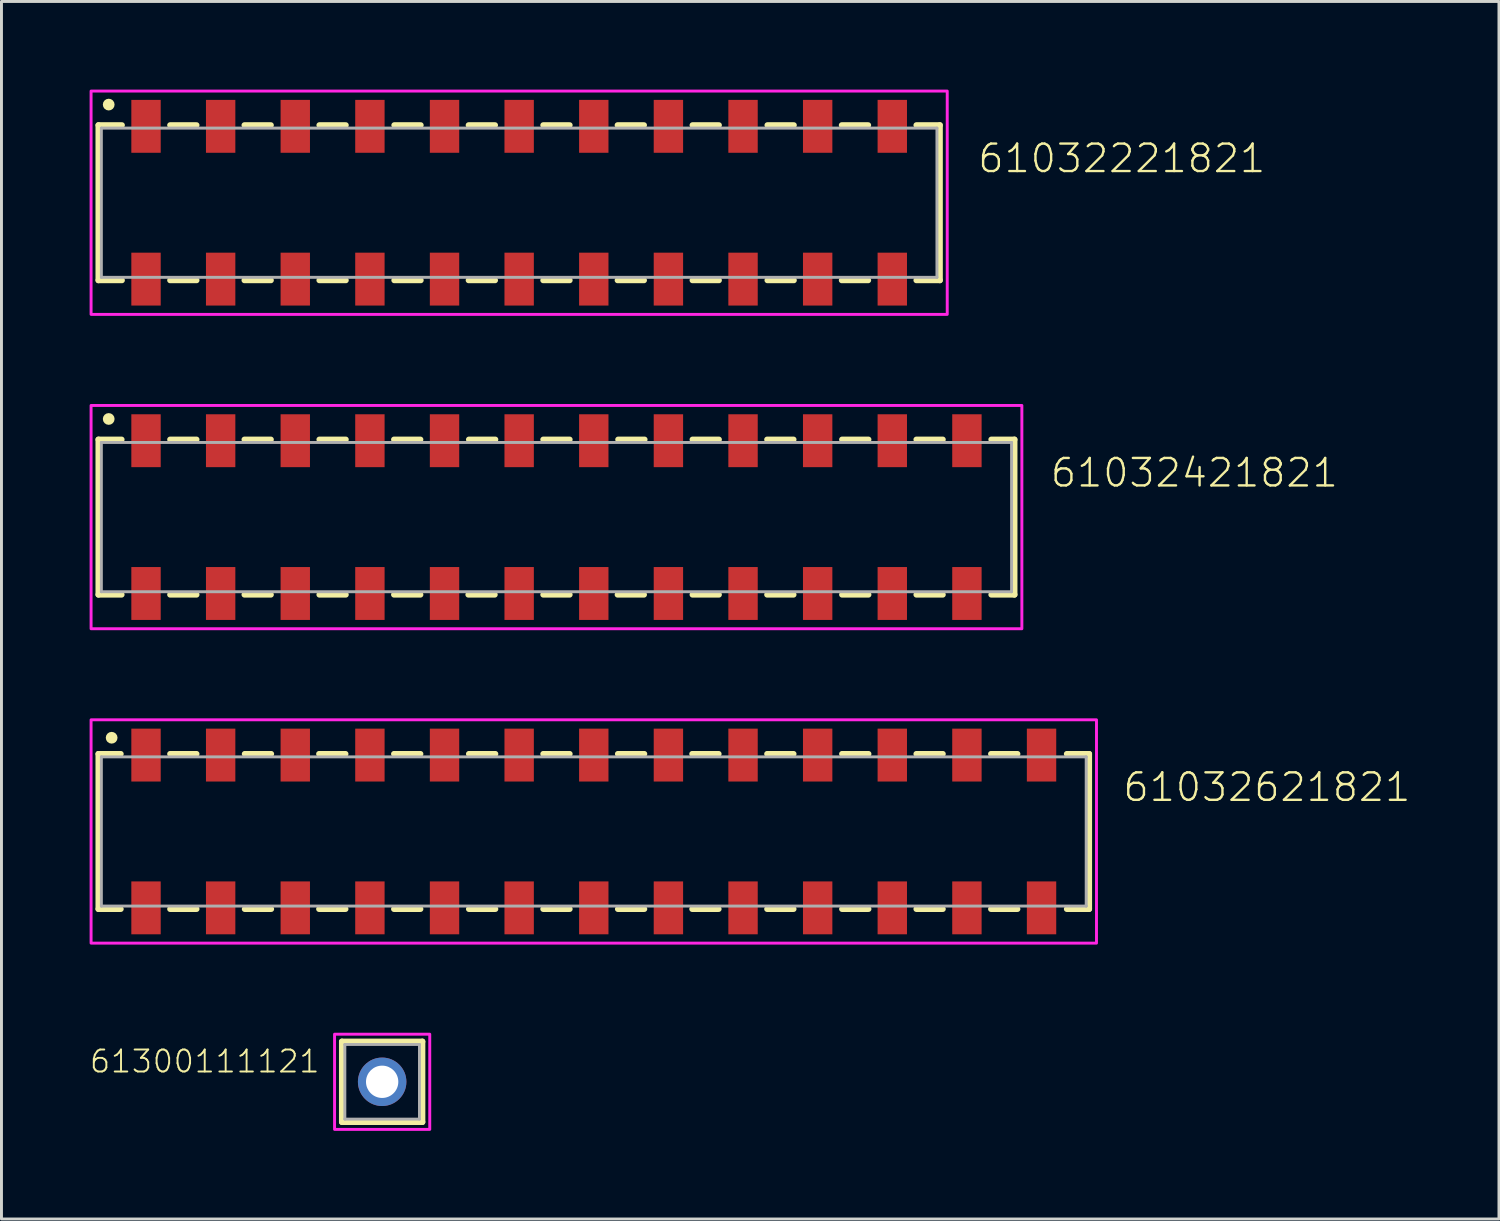
<source format=kicad_pcb>
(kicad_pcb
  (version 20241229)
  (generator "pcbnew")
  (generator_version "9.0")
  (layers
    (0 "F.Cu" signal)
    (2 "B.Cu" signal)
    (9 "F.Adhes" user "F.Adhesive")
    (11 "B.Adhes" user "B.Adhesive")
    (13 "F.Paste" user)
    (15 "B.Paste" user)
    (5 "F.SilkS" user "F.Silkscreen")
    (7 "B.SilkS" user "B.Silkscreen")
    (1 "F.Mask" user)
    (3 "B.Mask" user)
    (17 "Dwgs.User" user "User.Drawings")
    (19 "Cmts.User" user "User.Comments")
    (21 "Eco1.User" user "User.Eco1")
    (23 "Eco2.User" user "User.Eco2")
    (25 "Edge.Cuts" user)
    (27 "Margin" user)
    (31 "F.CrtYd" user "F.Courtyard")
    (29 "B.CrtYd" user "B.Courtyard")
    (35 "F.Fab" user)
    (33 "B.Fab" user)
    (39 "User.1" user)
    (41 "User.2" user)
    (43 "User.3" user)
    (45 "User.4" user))
  (footprint "61032221821"
    (layer "F.Cu")
    (at 14.62 3.85)
    (property "Reference" "61032221821" (at 15.56 -0.96 0) (unlocked yes) (layer "F.SilkS") (effects (font (size 0.935 0.935) (thickness 0.081)) (justify left bottom)))
    (fp_line (start -14.32 -2.64) (end -14.32 2.64) (stroke (width 0.2) (type solid)) (layer "F.SilkS"))
    (fp_line (start -13.52 -2.64) (end -14.32 -2.64) (stroke (width 0.2) (type solid)) (layer "F.SilkS"))
    (fp_line (start -13.52 2.64) (end -14.32 2.64) (stroke (width 0.2) (type solid)) (layer "F.SilkS"))
    (fp_line (start -11.88 -2.64) (end -10.98 -2.64) (stroke (width 0.2) (type solid)) (layer "F.SilkS"))
    (fp_line (start -11.88 2.64) (end -10.98 2.64) (stroke (width 0.2) (type solid)) (layer "F.SilkS"))
    (fp_line (start -9.35 -2.64) (end -8.45 -2.64) (stroke (width 0.2) (type solid)) (layer "F.SilkS"))
    (fp_line (start -9.35 2.64) (end -8.45 2.64) (stroke (width 0.2) (type solid)) (layer "F.SilkS"))
    (fp_line (start -6.8 -2.64) (end -5.9 -2.64) (stroke (width 0.2) (type solid)) (layer "F.SilkS"))
    (fp_line (start -5.9 2.64) (end -6.8 2.64) (stroke (width 0.2) (type solid)) (layer "F.SilkS"))
    (fp_line (start -4.25 -2.64) (end -3.35 -2.64) (stroke (width 0.2) (type solid)) (layer "F.SilkS"))
    (fp_line (start -4.25 2.64) (end -3.35 2.64) (stroke (width 0.2) (type solid)) (layer "F.SilkS"))
    (fp_line (start -1.72 -2.64) (end -0.82 -2.64) (stroke (width 0.2) (type solid)) (layer "F.SilkS"))
    (fp_line (start -1.72 2.64) (end -0.82 2.64) (stroke (width 0.2) (type solid)) (layer "F.SilkS"))
    (fp_line (start 1.72 -2.64) (end 0.82 -2.64) (stroke (width 0.2) (type solid)) (layer "F.SilkS"))
    (fp_line (start 1.72 2.64) (end 0.82 2.64) (stroke (width 0.2) (type solid)) (layer "F.SilkS"))
    (fp_line (start 4.25 -2.64) (end 3.35 -2.64) (stroke (width 0.2) (type solid)) (layer "F.SilkS"))
    (fp_line (start 4.25 2.64) (end 3.35 2.64) (stroke (width 0.2) (type solid)) (layer "F.SilkS"))
    (fp_line (start 5.9 -2.64) (end 6.8 -2.64) (stroke (width 0.2) (type solid)) (layer "F.SilkS"))
    (fp_line (start 6.8 2.64) (end 5.9 2.64) (stroke (width 0.2) (type solid)) (layer "F.SilkS"))
    (fp_line (start 9.35 -2.64) (end 8.45 -2.64) (stroke (width 0.2) (type solid)) (layer "F.SilkS"))
    (fp_line (start 9.35 2.64) (end 8.45 2.64) (stroke (width 0.2) (type solid)) (layer "F.SilkS"))
    (fp_line (start 11.88 -2.64) (end 10.98 -2.64) (stroke (width 0.2) (type solid)) (layer "F.SilkS"))
    (fp_line (start 11.88 2.64) (end 10.98 2.64) (stroke (width 0.2) (type solid)) (layer "F.SilkS"))
    (fp_line (start 13.52 -2.64) (end 14.32 -2.64) (stroke (width 0.2) (type solid)) (layer "F.SilkS"))
    (fp_line (start 13.52 2.64) (end 14.32 2.64) (stroke (width 0.2) (type solid)) (layer "F.SilkS"))
    (fp_line (start 14.32 2.64) (end 14.32 -2.64) (stroke (width 0.2) (type solid)) (layer "F.SilkS"))
    (fp_circle (center -13.97 -3.34) (end -13.87 -3.34) (stroke (width 0.2) (type solid)) (fill no) (layer "F.SilkS"))
    (fp_poly (pts (xy 14.57 3.8) (xy -14.57 3.8) (xy -14.57 -3.8) (xy 14.57 -3.8)) (stroke (width 0.1) (type default)) (fill no) (layer "F.CrtYd"))
    (fp_line (start -14.22 -2.54) (end -14.22 2.54) (stroke (width 0.1) (type solid)) (layer "F.Fab"))
    (fp_line (start -14.22 2.54) (end 14.22 2.54) (stroke (width 0.1) (type solid)) (layer "F.Fab"))
    (fp_line (start 14.22 -2.54) (end -14.22 -2.54) (stroke (width 0.1) (type solid)) (layer "F.Fab"))
    (fp_line (start 14.22 2.54) (end 14.22 -2.54) (stroke (width 0.1) (type solid)) (layer "F.Fab"))
    (pad "1" smd rect (at -12.7 -2.6) (size 1 1.8) (layers "F.Cu" "F.Mask" "F.Paste"))
    (pad "2" smd rect (at -12.7 2.6) (size 1 1.8) (layers "F.Cu" "F.Mask" "F.Paste"))
    (pad "3" smd rect (at -10.16 -2.6) (size 1 1.8) (layers "F.Cu" "F.Mask" "F.Paste"))
    (pad "4" smd rect (at -10.16 2.6) (size 1 1.8) (layers "F.Cu" "F.Mask" "F.Paste"))
    (pad "5" smd rect (at -7.62 -2.6) (size 1 1.8) (layers "F.Cu" "F.Mask" "F.Paste"))
    (pad "6" smd rect (at -7.62 2.6) (size 1 1.8) (layers "F.Cu" "F.Mask" "F.Paste"))
    (pad "7" smd rect (at -5.08 -2.6) (size 1 1.8) (layers "F.Cu" "F.Mask" "F.Paste"))
    (pad "8" smd rect (at -5.08 2.6) (size 1 1.8) (layers "F.Cu" "F.Mask" "F.Paste"))
    (pad "9" smd rect (at -2.54 -2.6) (size 1 1.8) (layers "F.Cu" "F.Mask" "F.Paste"))
    (pad "10" smd rect (at -2.54 2.6) (size 1 1.8) (layers "F.Cu" "F.Mask" "F.Paste"))
    (pad "11" smd rect (at 0 -2.6) (size 1 1.8) (layers "F.Cu" "F.Mask" "F.Paste"))
    (pad "12" smd rect (at 0 2.6) (size 1 1.8) (layers "F.Cu" "F.Mask" "F.Paste"))
    (pad "13" smd rect (at 2.54 -2.6) (size 1 1.8) (layers "F.Cu" "F.Mask" "F.Paste"))
    (pad "14" smd rect (at 2.54 2.6) (size 1 1.8) (layers "F.Cu" "F.Mask" "F.Paste"))
    (pad "15" smd rect (at 5.08 -2.6) (size 1 1.8) (layers "F.Cu" "F.Mask" "F.Paste"))
    (pad "16" smd rect (at 5.08 2.6) (size 1 1.8) (layers "F.Cu" "F.Mask" "F.Paste"))
    (pad "17" smd rect (at 7.62 -2.6) (size 1 1.8) (layers "F.Cu" "F.Mask" "F.Paste"))
    (pad "18" smd rect (at 7.62 2.6) (size 1 1.8) (layers "F.Cu" "F.Mask" "F.Paste"))
    (pad "19" smd rect (at 10.16 -2.6) (size 1 1.8) (layers "F.Cu" "F.Mask" "F.Paste"))
    (pad "20" smd rect (at 10.16 2.6) (size 1 1.8) (layers "F.Cu" "F.Mask" "F.Paste"))
    (pad "21" smd rect (at 12.7 -2.6) (size 1 1.8) (layers "F.Cu" "F.Mask" "F.Paste"))
    (pad "22" smd rect (at 12.7 2.6) (size 1 1.8) (layers "F.Cu" "F.Mask" "F.Paste")))
  (footprint "61300111121"
    (layer "F.Cu")
    (at 9.957 33.77)
    (property "Reference" "61300111121" (at -2.078 -0.256 0) (unlocked yes) (layer "F.SilkS") (effects (font (size 0.748 0.748) (thickness 0.065)) (justify right bottom)))
    (fp_line (start -1.37 -1.37) (end 1.37 -1.37) (stroke (width 0.2) (type solid)) (layer "F.SilkS"))
    (fp_line (start -1.37 1.37) (end -1.37 -1.37) (stroke (width 0.2) (type solid)) (layer "F.SilkS"))
    (fp_line (start 1.37 -1.37) (end 1.37 1.37) (stroke (width 0.2) (type solid)) (layer "F.SilkS"))
    (fp_line (start 1.37 1.37) (end -1.37 1.37) (stroke (width 0.2) (type solid)) (layer "F.SilkS"))
    (fp_poly (pts (xy 1.62 1.62) (xy -1.62 1.62) (xy -1.62 -1.62) (xy 1.62 -1.62)) (stroke (width 0.1) (type default)) (fill no) (layer "F.CrtYd"))
    (fp_line (start -1.27 -1.27) (end -1.27 1.27) (stroke (width 0.1) (type solid)) (layer "F.Fab"))
    (fp_line (start -1.27 1.27) (end 1.27 1.27) (stroke (width 0.1) (type solid)) (layer "F.Fab"))
    (fp_line (start 1.27 -1.27) (end -1.27 -1.27) (stroke (width 0.1) (type solid)) (layer "F.Fab"))
    (fp_line (start 1.27 1.27) (end 1.27 -1.27) (stroke (width 0.1) (type solid)) (layer "F.Fab"))
    (pad "1" thru_hole circle (at 0 0) (size 1.65 1.65) (drill 1.1) (layers "*.Cu" "*.Mask")))
  (footprint "61032621821"
    (layer "F.Cu")
    (at 17.16 25.25)
    (property "Reference" "61032621821" (at 17.96 -0.96 0) (unlocked yes) (layer "F.SilkS") (effects (font (size 0.935 0.935) (thickness 0.081)) (justify left bottom)))
    (fp_line (start -16.86 -2.64) (end -16.86 2.64) (stroke (width 0.2) (type solid)) (layer "F.SilkS"))
    (fp_line (start -16.1 -2.64) (end -16.86 -2.64) (stroke (width 0.2) (type solid)) (layer "F.SilkS"))
    (fp_line (start -16.1 2.64) (end -16.86 2.64) (stroke (width 0.2) (type solid)) (layer "F.SilkS"))
    (fp_line (start -14.42 -2.64) (end -13.52 -2.64) (stroke (width 0.2) (type solid)) (layer "F.SilkS"))
    (fp_line (start -14.42 2.64) (end -13.52 2.64) (stroke (width 0.2) (type solid)) (layer "F.SilkS"))
    (fp_line (start -11.88 -2.64) (end -10.98 -2.64) (stroke (width 0.2) (type solid)) (layer "F.SilkS"))
    (fp_line (start -11.88 2.64) (end -10.98 2.64) (stroke (width 0.2) (type solid)) (layer "F.SilkS"))
    (fp_line (start -9.35 -2.64) (end -8.45 -2.64) (stroke (width 0.2) (type solid)) (layer "F.SilkS"))
    (fp_line (start -9.35 2.64) (end -8.45 2.64) (stroke (width 0.2) (type solid)) (layer "F.SilkS"))
    (fp_line (start -6.8 -2.64) (end -5.9 -2.64) (stroke (width 0.2) (type solid)) (layer "F.SilkS"))
    (fp_line (start -5.9 2.64) (end -6.8 2.64) (stroke (width 0.2) (type solid)) (layer "F.SilkS"))
    (fp_line (start -4.25 -2.64) (end -3.35 -2.64) (stroke (width 0.2) (type solid)) (layer "F.SilkS"))
    (fp_line (start -4.25 2.64) (end -3.35 2.64) (stroke (width 0.2) (type solid)) (layer "F.SilkS"))
    (fp_line (start -1.72 -2.64) (end -0.82 -2.64) (stroke (width 0.2) (type solid)) (layer "F.SilkS"))
    (fp_line (start -1.72 2.64) (end -0.82 2.64) (stroke (width 0.2) (type solid)) (layer "F.SilkS"))
    (fp_line (start 1.72 -2.64) (end 0.82 -2.64) (stroke (width 0.2) (type solid)) (layer "F.SilkS"))
    (fp_line (start 1.72 2.64) (end 0.82 2.64) (stroke (width 0.2) (type solid)) (layer "F.SilkS"))
    (fp_line (start 4.25 -2.64) (end 3.35 -2.64) (stroke (width 0.2) (type solid)) (layer "F.SilkS"))
    (fp_line (start 4.25 2.64) (end 3.35 2.64) (stroke (width 0.2) (type solid)) (layer "F.SilkS"))
    (fp_line (start 5.9 -2.64) (end 6.8 -2.64) (stroke (width 0.2) (type solid)) (layer "F.SilkS"))
    (fp_line (start 6.8 2.64) (end 5.9 2.64) (stroke (width 0.2) (type solid)) (layer "F.SilkS"))
    (fp_line (start 9.35 -2.64) (end 8.45 -2.64) (stroke (width 0.2) (type solid)) (layer "F.SilkS"))
    (fp_line (start 9.35 2.64) (end 8.45 2.64) (stroke (width 0.2) (type solid)) (layer "F.SilkS"))
    (fp_line (start 11.88 -2.64) (end 10.98 -2.64) (stroke (width 0.2) (type solid)) (layer "F.SilkS"))
    (fp_line (start 11.88 2.64) (end 10.98 2.64) (stroke (width 0.2) (type solid)) (layer "F.SilkS"))
    (fp_line (start 14.42 -2.64) (end 13.52 -2.64) (stroke (width 0.2) (type solid)) (layer "F.SilkS"))
    (fp_line (start 14.42 2.64) (end 13.52 2.64) (stroke (width 0.2) (type solid)) (layer "F.SilkS"))
    (fp_line (start 16.1 -2.64) (end 16.86 -2.64) (stroke (width 0.2) (type solid)) (layer "F.SilkS"))
    (fp_line (start 16.1 2.64) (end 16.86 2.64) (stroke (width 0.2) (type solid)) (layer "F.SilkS"))
    (fp_line (start 16.86 2.64) (end 16.86 -2.64) (stroke (width 0.2) (type solid)) (layer "F.SilkS"))
    (fp_circle (center -16.41 -3.19) (end -16.31 -3.19) (stroke (width 0.2) (type solid)) (fill no) (layer "F.SilkS"))
    (fp_poly (pts (xy 17.11 3.8) (xy -17.11 3.8) (xy -17.11 -3.8) (xy 17.11 -3.8)) (stroke (width 0.1) (type default)) (fill no) (layer "F.CrtYd"))
    (fp_line (start -16.76 -2.54) (end -16.76 2.54) (stroke (width 0.1) (type solid)) (layer "F.Fab"))
    (fp_line (start -16.76 2.54) (end 16.76 2.54) (stroke (width 0.1) (type solid)) (layer "F.Fab"))
    (fp_line (start 16.76 -2.54) (end -16.76 -2.54) (stroke (width 0.1) (type solid)) (layer "F.Fab"))
    (fp_line (start 16.76 2.54) (end 16.76 -2.54) (stroke (width 0.1) (type solid)) (layer "F.Fab"))
    (pad "1" smd rect (at -15.24 -2.6) (size 1 1.8) (layers "F.Cu" "F.Mask" "F.Paste"))
    (pad "2" smd rect (at -15.24 2.6) (size 1 1.8) (layers "F.Cu" "F.Mask" "F.Paste"))
    (pad "3" smd rect (at -12.7 -2.6) (size 1 1.8) (layers "F.Cu" "F.Mask" "F.Paste"))
    (pad "4" smd rect (at -12.7 2.6) (size 1 1.8) (layers "F.Cu" "F.Mask" "F.Paste"))
    (pad "5" smd rect (at -10.16 -2.6) (size 1 1.8) (layers "F.Cu" "F.Mask" "F.Paste"))
    (pad "6" smd rect (at -10.16 2.6) (size 1 1.8) (layers "F.Cu" "F.Mask" "F.Paste"))
    (pad "7" smd rect (at -7.62 -2.6) (size 1 1.8) (layers "F.Cu" "F.Mask" "F.Paste"))
    (pad "8" smd rect (at -7.62 2.6) (size 1 1.8) (layers "F.Cu" "F.Mask" "F.Paste"))
    (pad "9" smd rect (at -5.08 -2.6) (size 1 1.8) (layers "F.Cu" "F.Mask" "F.Paste"))
    (pad "10" smd rect (at -5.08 2.6) (size 1 1.8) (layers "F.Cu" "F.Mask" "F.Paste"))
    (pad "11" smd rect (at -2.54 -2.6) (size 1 1.8) (layers "F.Cu" "F.Mask" "F.Paste"))
    (pad "12" smd rect (at -2.54 2.6) (size 1 1.8) (layers "F.Cu" "F.Mask" "F.Paste"))
    (pad "13" smd rect (at 0 -2.6) (size 1 1.8) (layers "F.Cu" "F.Mask" "F.Paste"))
    (pad "14" smd rect (at 0 2.6) (size 1 1.8) (layers "F.Cu" "F.Mask" "F.Paste"))
    (pad "15" smd rect (at 2.54 -2.6) (size 1 1.8) (layers "F.Cu" "F.Mask" "F.Paste"))
    (pad "16" smd rect (at 2.54 2.6) (size 1 1.8) (layers "F.Cu" "F.Mask" "F.Paste"))
    (pad "17" smd rect (at 5.08 -2.6) (size 1 1.8) (layers "F.Cu" "F.Mask" "F.Paste"))
    (pad "18" smd rect (at 5.08 2.6) (size 1 1.8) (layers "F.Cu" "F.Mask" "F.Paste"))
    (pad "19" smd rect (at 7.62 -2.6) (size 1 1.8) (layers "F.Cu" "F.Mask" "F.Paste"))
    (pad "20" smd rect (at 7.62 2.6) (size 1 1.8) (layers "F.Cu" "F.Mask" "F.Paste"))
    (pad "21" smd rect (at 10.16 -2.6) (size 1 1.8) (layers "F.Cu" "F.Mask" "F.Paste"))
    (pad "22" smd rect (at 10.16 2.6) (size 1 1.8) (layers "F.Cu" "F.Mask" "F.Paste"))
    (pad "23" smd rect (at 12.7 -2.6) (size 1 1.8) (layers "F.Cu" "F.Mask" "F.Paste"))
    (pad "24" smd rect (at 12.7 2.6) (size 1 1.8) (layers "F.Cu" "F.Mask" "F.Paste"))
    (pad "25" smd rect (at 15.24 -2.6) (size 1 1.8) (layers "F.Cu" "F.Mask" "F.Paste"))
    (pad "26" smd rect (at 15.24 2.6) (size 1 1.8) (layers "F.Cu" "F.Mask" "F.Paste")))
  (footprint "61032421821"
    (layer "F.Cu")
    (at 15.89 14.55)
    (property "Reference" "61032421821" (at 16.76 -0.96 0) (unlocked yes) (layer "F.SilkS") (effects (font (size 0.935 0.935) (thickness 0.081)) (justify left bottom)))
    (fp_line (start -15.59 -2.64) (end -15.59 2.64) (stroke (width 0.2) (type solid)) (layer "F.SilkS"))
    (fp_line (start -14.8 -2.64) (end -15.59 -2.64) (stroke (width 0.2) (type solid)) (layer "F.SilkS"))
    (fp_line (start -14.8 2.64) (end -15.59 2.64) (stroke (width 0.2) (type solid)) (layer "F.SilkS"))
    (fp_line (start -13.15 -2.64) (end -12.25 -2.64) (stroke (width 0.2) (type solid)) (layer "F.SilkS"))
    (fp_line (start -12.25 2.64) (end -13.15 2.64) (stroke (width 0.2) (type solid)) (layer "F.SilkS"))
    (fp_line (start -10.62 -2.64) (end -9.72 -2.64) (stroke (width 0.2) (type solid)) (layer "F.SilkS"))
    (fp_line (start -10.62 2.64) (end -9.72 2.64) (stroke (width 0.2) (type solid)) (layer "F.SilkS"))
    (fp_line (start -8.07 -2.64) (end -7.17 -2.64) (stroke (width 0.2) (type solid)) (layer "F.SilkS"))
    (fp_line (start -8.07 2.64) (end -7.17 2.64) (stroke (width 0.2) (type solid)) (layer "F.SilkS"))
    (fp_line (start -5.53 -2.64) (end -4.63 -2.64) (stroke (width 0.2) (type solid)) (layer "F.SilkS"))
    (fp_line (start -5.53 2.64) (end -4.63 2.64) (stroke (width 0.2) (type solid)) (layer "F.SilkS"))
    (fp_line (start -3 2.64) (end -2.1 2.64) (stroke (width 0.2) (type solid)) (layer "F.SilkS"))
    (fp_line (start -2.98 -2.64) (end -2.08 -2.64) (stroke (width 0.2) (type solid)) (layer "F.SilkS"))
    (fp_line (start -0.45 -2.64) (end 0.45 -2.64) (stroke (width 0.2) (type solid)) (layer "F.SilkS"))
    (fp_line (start 0.45 2.64) (end -0.45 2.64) (stroke (width 0.2) (type solid)) (layer "F.SilkS"))
    (fp_line (start 2.98 2.64) (end 2.08 2.64) (stroke (width 0.2) (type solid)) (layer "F.SilkS"))
    (fp_line (start 3 -2.64) (end 2.1 -2.64) (stroke (width 0.2) (type solid)) (layer "F.SilkS"))
    (fp_line (start 5.53 -2.64) (end 4.63 -2.64) (stroke (width 0.2) (type solid)) (layer "F.SilkS"))
    (fp_line (start 5.53 2.64) (end 4.63 2.64) (stroke (width 0.2) (type solid)) (layer "F.SilkS"))
    (fp_line (start 8.07 -2.64) (end 7.17 -2.64) (stroke (width 0.2) (type solid)) (layer "F.SilkS"))
    (fp_line (start 8.07 2.64) (end 7.17 2.64) (stroke (width 0.2) (type solid)) (layer "F.SilkS"))
    (fp_line (start 10.62 -2.64) (end 9.72 -2.64) (stroke (width 0.2) (type solid)) (layer "F.SilkS"))
    (fp_line (start 10.62 2.64) (end 9.72 2.64) (stroke (width 0.2) (type solid)) (layer "F.SilkS"))
    (fp_line (start 12.25 -2.64) (end 13.15 -2.64) (stroke (width 0.2) (type solid)) (layer "F.SilkS"))
    (fp_line (start 13.15 2.64) (end 12.25 2.64) (stroke (width 0.2) (type solid)) (layer "F.SilkS"))
    (fp_line (start 14.8 -2.64) (end 15.59 -2.64) (stroke (width 0.2) (type solid)) (layer "F.SilkS"))
    (fp_line (start 14.8 2.64) (end 15.59 2.64) (stroke (width 0.2) (type solid)) (layer "F.SilkS"))
    (fp_line (start 15.59 2.64) (end 15.59 -2.64) (stroke (width 0.2) (type solid)) (layer "F.SilkS"))
    (fp_circle (center -15.24 -3.34) (end -15.14 -3.34) (stroke (width 0.2) (type solid)) (fill no) (layer "F.SilkS"))
    (fp_poly (pts (xy 15.84 3.8) (xy -15.84 3.8) (xy -15.84 -3.8) (xy 15.84 -3.8)) (stroke (width 0.1) (type default)) (fill no) (layer "F.CrtYd"))
    (fp_line (start -15.49 -2.54) (end -15.49 2.54) (stroke (width 0.1) (type solid)) (layer "F.Fab"))
    (fp_line (start -15.49 2.54) (end 15.49 2.54) (stroke (width 0.1) (type solid)) (layer "F.Fab"))
    (fp_line (start 15.49 -2.54) (end -15.49 -2.54) (stroke (width 0.1) (type solid)) (layer "F.Fab"))
    (fp_line (start 15.49 2.54) (end 15.49 -2.54) (stroke (width 0.1) (type solid)) (layer "F.Fab"))
    (pad "1" smd rect (at -13.97 -2.6) (size 1 1.8) (layers "F.Cu" "F.Mask" "F.Paste"))
    (pad "2" smd rect (at -13.97 2.6) (size 1 1.8) (layers "F.Cu" "F.Mask" "F.Paste"))
    (pad "3" smd rect (at -11.43 -2.6) (size 1 1.8) (layers "F.Cu" "F.Mask" "F.Paste"))
    (pad "4" smd rect (at -11.43 2.6) (size 1 1.8) (layers "F.Cu" "F.Mask" "F.Paste"))
    (pad "5" smd rect (at -8.89 -2.6) (size 1 1.8) (layers "F.Cu" "F.Mask" "F.Paste"))
    (pad "6" smd rect (at -8.89 2.6) (size 1 1.8) (layers "F.Cu" "F.Mask" "F.Paste"))
    (pad "7" smd rect (at -6.35 -2.6) (size 1 1.8) (layers "F.Cu" "F.Mask" "F.Paste"))
    (pad "8" smd rect (at -6.35 2.6) (size 1 1.8) (layers "F.Cu" "F.Mask" "F.Paste"))
    (pad "9" smd rect (at -3.81 -2.6) (size 1 1.8) (layers "F.Cu" "F.Mask" "F.Paste"))
    (pad "10" smd rect (at -3.81 2.6) (size 1 1.8) (layers "F.Cu" "F.Mask" "F.Paste"))
    (pad "11" smd rect (at -1.27 -2.6) (size 1 1.8) (layers "F.Cu" "F.Mask" "F.Paste"))
    (pad "12" smd rect (at -1.27 2.6) (size 1 1.8) (layers "F.Cu" "F.Mask" "F.Paste"))
    (pad "13" smd rect (at 1.27 -2.6) (size 1 1.8) (layers "F.Cu" "F.Mask" "F.Paste"))
    (pad "14" smd rect (at 1.27 2.6) (size 1 1.8) (layers "F.Cu" "F.Mask" "F.Paste"))
    (pad "15" smd rect (at 3.81 -2.6) (size 1 1.8) (layers "F.Cu" "F.Mask" "F.Paste"))
    (pad "16" smd rect (at 3.81 2.6) (size 1 1.8) (layers "F.Cu" "F.Mask" "F.Paste"))
    (pad "17" smd rect (at 6.35 -2.6) (size 1 1.8) (layers "F.Cu" "F.Mask" "F.Paste"))
    (pad "18" smd rect (at 6.35 2.6) (size 1 1.8) (layers "F.Cu" "F.Mask" "F.Paste"))
    (pad "19" smd rect (at 8.89 -2.6) (size 1 1.8) (layers "F.Cu" "F.Mask" "F.Paste"))
    (pad "20" smd rect (at 8.89 2.6) (size 1 1.8) (layers "F.Cu" "F.Mask" "F.Paste"))
    (pad "21" smd rect (at 11.43 -2.6) (size 1 1.8) (layers "F.Cu" "F.Mask" "F.Paste"))
    (pad "22" smd rect (at 11.43 2.6) (size 1 1.8) (layers "F.Cu" "F.Mask" "F.Paste"))
    (pad "23" smd rect (at 13.97 -2.6) (size 1 1.8) (layers "F.Cu" "F.Mask" "F.Paste"))
    (pad "24" smd rect (at 13.97 2.6) (size 1 1.8) (layers "F.Cu" "F.Mask" "F.Paste")))
  (gr_rect
    (start -3 -3)
    (end 47.969 38.44)
    (stroke (width 0.1) (type default))
    (fill no)
    (layer "Edge.Cuts")))
</source>
